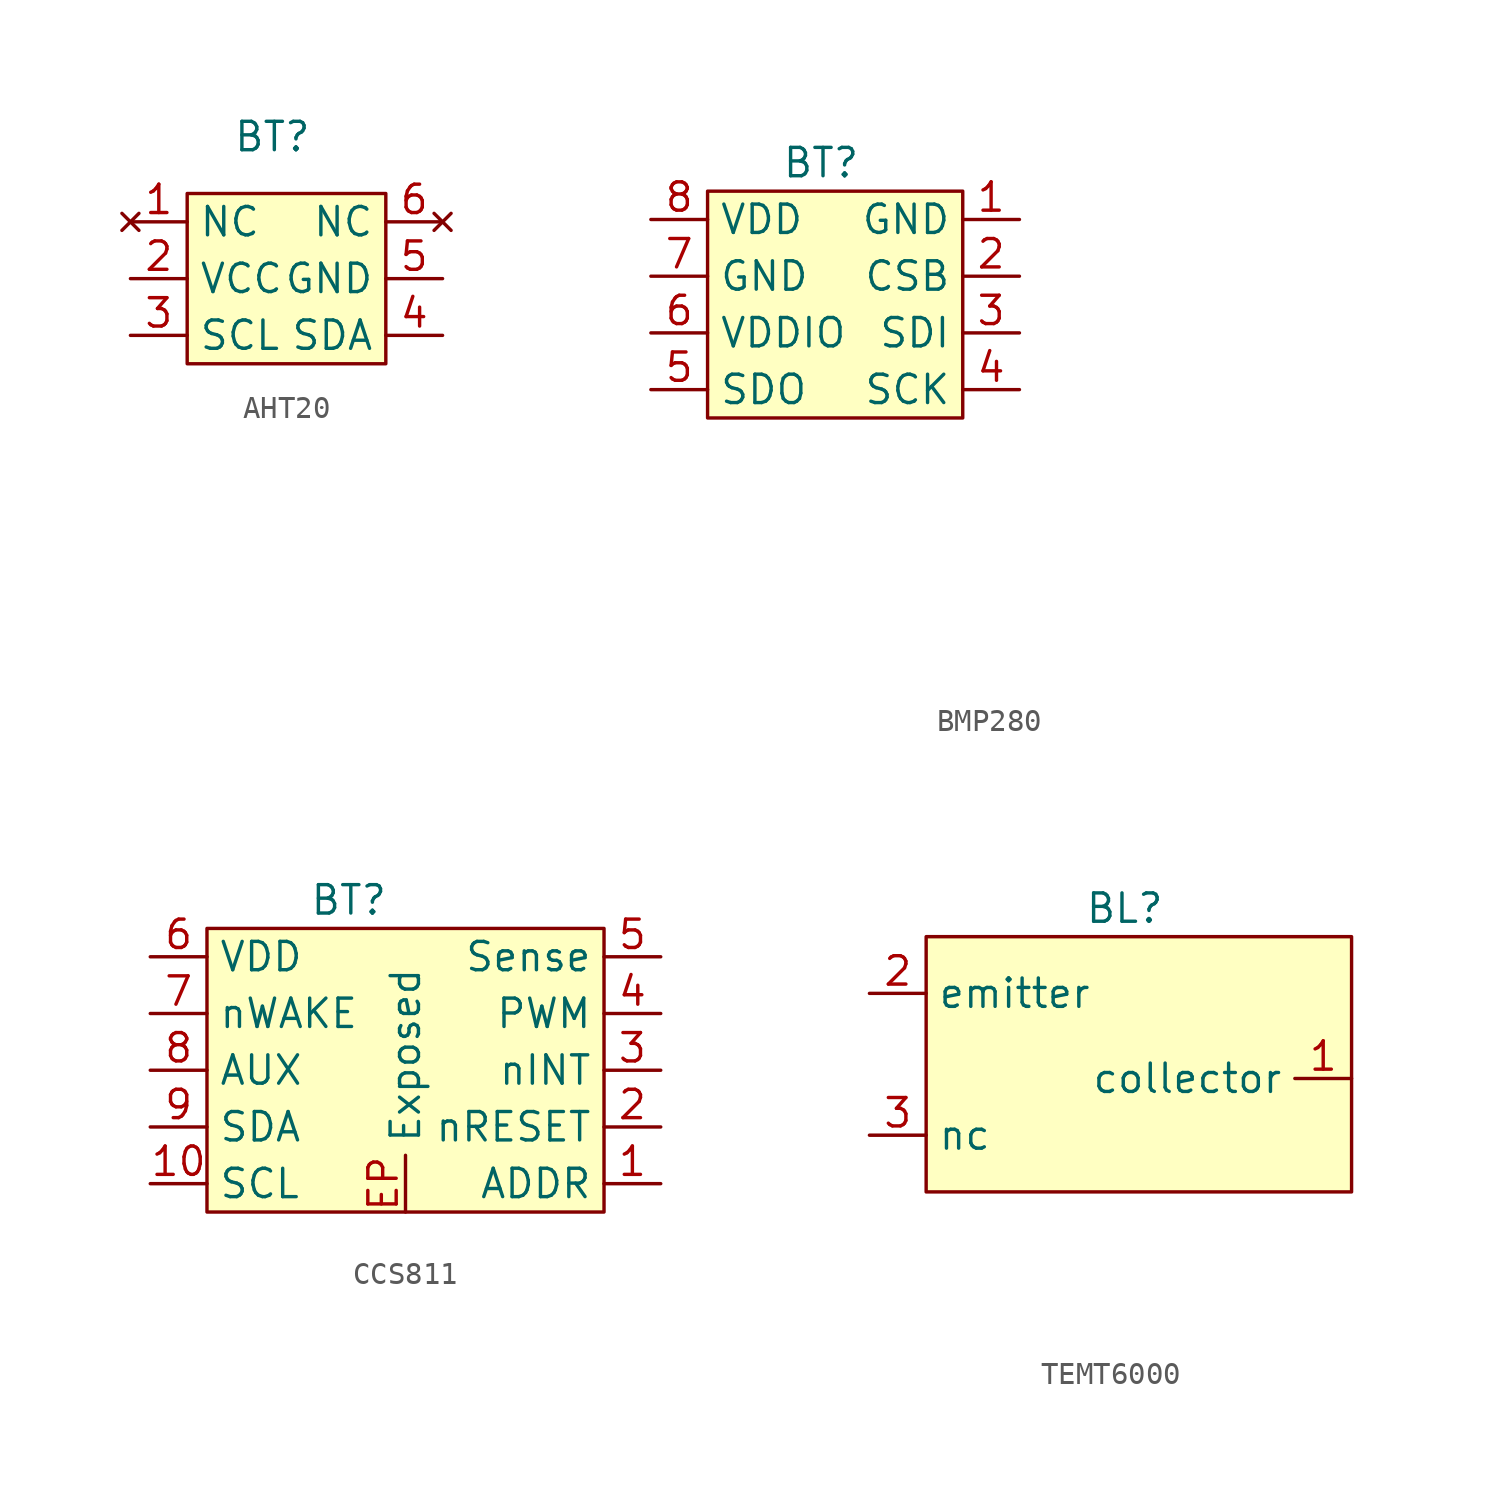
<source format=kicad_sym>
(kicad_symbol_lib
  (version 20231120)
  (generator "kicad_symbol_editor")
  (generator_version "8.0")
  (symbol "AHT20"
    (property "Reference" "BT"
      (at 3.81 2.54 0)
      (effects (font (size 1.27 1.27))))
    (property "Value" ""
      (at 6.35 0 0)
      (effects (font (size 1.27 1.27))))
    (symbol "AHT20_1_1"
      (rectangle (start 0 0) (end 8.89 -7.62) (stroke (width 0) (type default)) (fill (type background)))
      (pin no_connect line (at -2.54 -1.27 0) (length 2.54) (name "NC" (effects (font (size 1.27 1.27)))) (number "1" (effects (font (size 1.27 1.27)))))
      (pin power_in line (at -2.54 -3.81 0) (length 2.54) (name "VCC" (effects (font (size 1.27 1.27)))) (number "2" (effects (font (size 1.27 1.27)))))
      (pin input line (at -2.54 -6.35 0) (length 2.54) (name "SCL" (effects (font (size 1.27 1.27)))) (number "3" (effects (font (size 1.27 1.27)))))
      (pin input line (at 11.43 -6.35 180) (length 2.54) (name "SDA" (effects (font (size 1.27 1.27)))) (number "4" (effects (font (size 1.27 1.27)))))
      (pin power_in line (at 11.43 -3.81 180) (length 2.54) (name "GND" (effects (font (size 1.27 1.27)))) (number "5" (effects (font (size 1.27 1.27)))))
      (pin no_connect line (at 11.43 -1.27 180) (length 2.54) (name "NC" (effects (font (size 1.27 1.27)))) (number "6" (effects (font (size 1.27 1.27)))))))
  (symbol "BMP280"
    (property "Reference" "BT"
      (at 5.08 1.27 0)
      (effects (font (size 1.27 1.27))))
    (property "Value" ""
      (at 27.94 -20.32 0)
      (effects (font (size 1.27 1.27))))
    (symbol "BMP280_1_1"
      (rectangle (start 0 0) (end 11.43 -10.16) (stroke (width 0) (type default)) (fill (type background)))
      (pin power_in line (at 13.97 -1.27 180) (length 2.54) (name "GND" (effects (font (size 1.27 1.27)))) (number "1" (effects (font (size 1.27 1.27)))))
      (pin input line (at 13.97 -3.81 180) (length 2.54) (name "CSB" (effects (font (size 1.27 1.27)))) (number "2" (effects (font (size 1.27 1.27)))))
      (pin input line (at 13.97 -6.35 180) (length 2.54) (name "SDI" (effects (font (size 1.27 1.27)))) (number "3" (effects (font (size 1.27 1.27)))))
      (pin input line (at 13.97 -8.89 180) (length 2.54) (name "SCK" (effects (font (size 1.27 1.27)))) (number "4" (effects (font (size 1.27 1.27)))))
      (pin input line (at -2.54 -8.89 0) (length 2.54) (name "SDO" (effects (font (size 1.27 1.27)))) (number "5" (effects (font (size 1.27 1.27)))))
      (pin input line (at -2.54 -6.35 0) (length 2.54) (name "VDDIO" (effects (font (size 1.27 1.27)))) (number "6" (effects (font (size 1.27 1.27)))))
      (pin power_in line (at -2.54 -3.81 0) (length 2.54) (name "GND" (effects (font (size 1.27 1.27)))) (number "7" (effects (font (size 1.27 1.27)))))
      (pin power_in line (at -2.54 -1.27 0) (length 2.54) (name "VDD" (effects (font (size 1.27 1.27)))) (number "8" (effects (font (size 1.27 1.27)))))))
  (symbol "CCS811"
    (property "Reference" "BT"
      (at 7.62 -1.27 0)
      (effects (font (size 1.27 1.27))))
    (property "Value" ""
      (at 19.05 -8.89 0)
      (effects (font (size 1.27 1.27))))
    (symbol "CCS811_1_0"
      (pin input line (at 10.16 -15.24 90) (length 2.54) (name "Exposed" (effects (font (size 1.27 1.27)))) (number "EP" (effects (font (size 1.27 1.27))))))
    (symbol "CCS811_1_1"
      (rectangle (start 1.27 -2.54) (end 19.05 -15.24) (stroke (width 0) (type default)) (fill (type background)))
      (pin input line (at 21.59 -13.97 180) (length 2.54) (name "ADDR" (effects (font (size 1.27 1.27)))) (number "1" (effects (font (size 1.27 1.27)))))
      (pin input line (at -1.27 -13.97 0) (length 2.54) (name "SCL" (effects (font (size 1.27 1.27)))) (number "10" (effects (font (size 1.27 1.27)))))
      (pin input line (at 21.59 -11.43 180) (length 2.54) (name "nRESET" (effects (font (size 1.27 1.27)))) (number "2" (effects (font (size 1.27 1.27)))))
      (pin input line (at 21.59 -8.89 180) (length 2.54) (name "nINT" (effects (font (size 1.27 1.27)))) (number "3" (effects (font (size 1.27 1.27)))))
      (pin input line (at 21.59 -6.35 180) (length 2.54) (name "PWM" (effects (font (size 1.27 1.27)))) (number "4" (effects (font (size 1.27 1.27)))))
      (pin input line (at 21.59 -3.81 180) (length 2.54) (name "Sense" (effects (font (size 1.27 1.27)))) (number "5" (effects (font (size 1.27 1.27)))))
      (pin input line (at -1.27 -3.81 0) (length 2.54) (name "VDD" (effects (font (size 1.27 1.27)))) (number "6" (effects (font (size 1.27 1.27)))))
      (pin input line (at -1.27 -6.35 0) (length 2.54) (name "nWAKE" (effects (font (size 1.27 1.27)))) (number "7" (effects (font (size 1.27 1.27)))))
      (pin input line (at -1.27 -8.89 0) (length 2.54) (name "AUX" (effects (font (size 1.27 1.27)))) (number "8" (effects (font (size 1.27 1.27)))))
      (pin input line (at -1.27 -11.43 0) (length 2.54) (name "SDA" (effects (font (size 1.27 1.27)))) (number "9" (effects (font (size 1.27 1.27)))))))
  (symbol "TEMT6000"
    (property "Reference" "BL"
      (at 5.08 12.7 0)
      (effects (font (size 1.27 1.27))))
    (property "Value" ""
      (at 6.35 -5.08 0)
      (effects (font (size 1.27 1.27))))
    (symbol "TEMT6000_1_1"
      (rectangle (start -3.81 11.43) (end 15.24 0) (stroke (width 0) (type default)) (fill (type background)))
      (pin input line (at 15.24 5.08 180) (length 2.54) (name "collector" (effects (font (size 1.27 1.27)))) (number "1" (effects (font (size 1.27 1.27)))))
      (pin input line (at -6.35 8.89 0) (length 2.54) (name "emitter" (effects (font (size 1.27 1.27)))) (number "2" (effects (font (size 1.27 1.27)))))
      (pin input line (at -6.35 2.54 0) (length 2.54) (name "nc" (effects (font (size 1.27 1.27)))) (number "3" (effects (font (size 1.27 1.27))))))))
</source>
